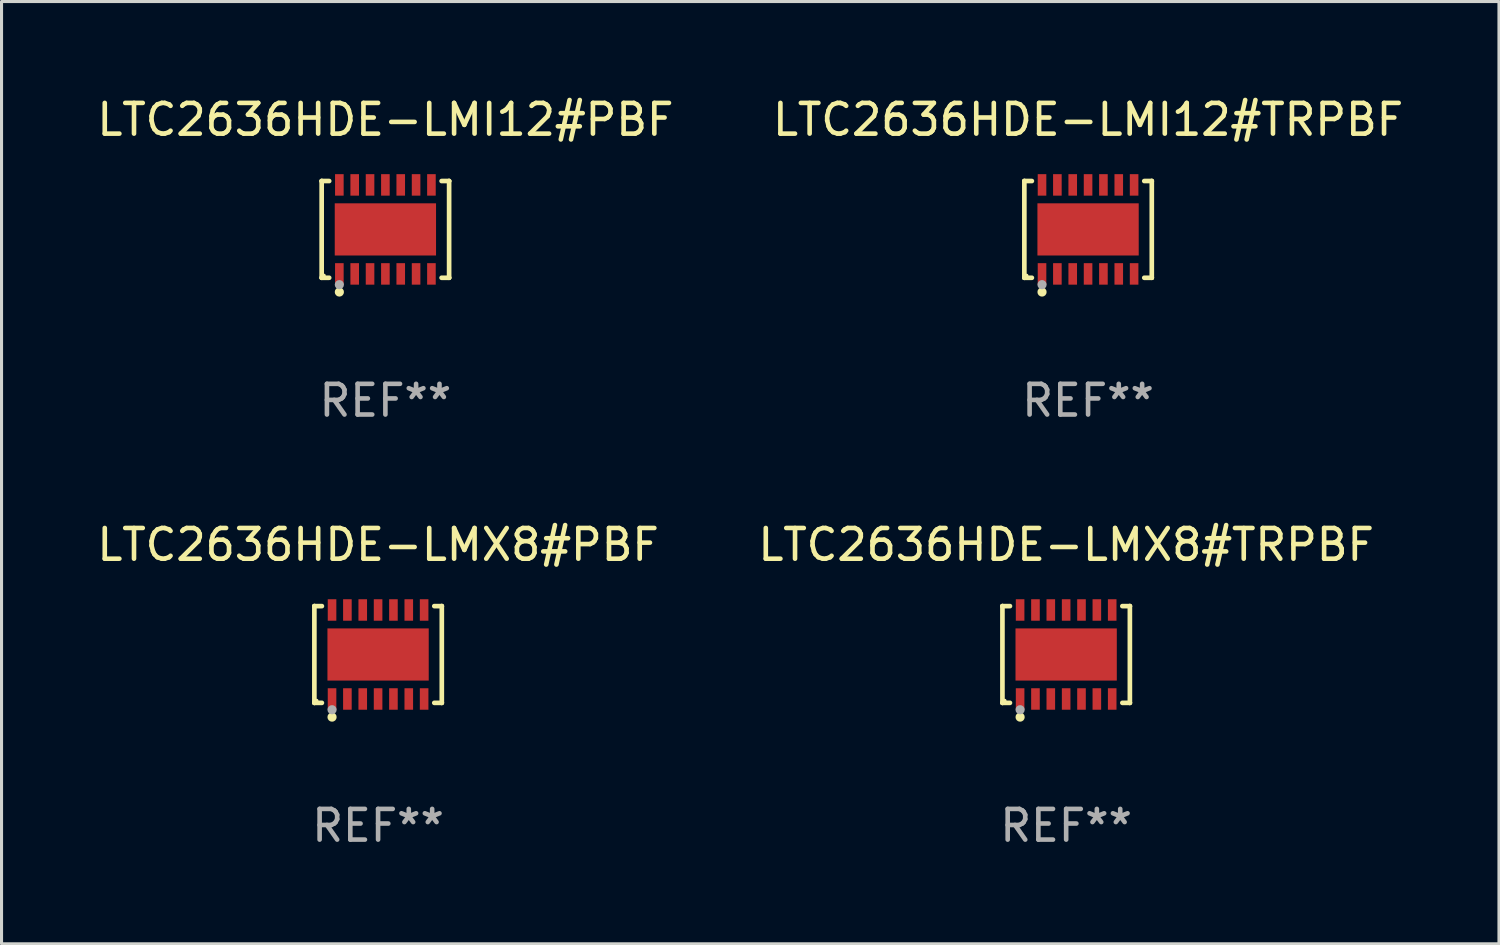
<source format=kicad_pcb>
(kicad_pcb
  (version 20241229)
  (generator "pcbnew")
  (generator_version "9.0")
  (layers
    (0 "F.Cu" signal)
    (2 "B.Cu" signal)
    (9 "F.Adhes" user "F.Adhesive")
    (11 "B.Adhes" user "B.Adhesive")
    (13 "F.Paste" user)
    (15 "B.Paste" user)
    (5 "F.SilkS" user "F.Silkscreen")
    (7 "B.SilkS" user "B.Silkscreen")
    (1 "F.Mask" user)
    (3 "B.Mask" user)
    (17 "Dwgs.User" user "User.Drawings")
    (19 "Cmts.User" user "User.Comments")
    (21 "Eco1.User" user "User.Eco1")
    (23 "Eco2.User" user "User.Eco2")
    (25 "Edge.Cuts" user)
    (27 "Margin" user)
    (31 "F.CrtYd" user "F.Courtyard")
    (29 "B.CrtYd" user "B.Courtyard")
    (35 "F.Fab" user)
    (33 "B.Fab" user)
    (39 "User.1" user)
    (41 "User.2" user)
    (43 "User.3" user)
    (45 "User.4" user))
  (footprint "LTC2636HDE-LMX8#PBF"
    (layer "F.Cu")
    (at 9.268 18.273)
    (property "Reference" "LTC2636HDE-LMX8#PBF" (at 0 -3.576 0) (layer "F.SilkS") (effects (font (size 1 1) (thickness 0.15))))
    (attr through_hole)
    (fp_line (start -2.076 -1.576) (end -2.076 -1.576) (stroke (width 0.152) (type solid)) (layer "F.SilkS"))
    (fp_line (start -2.076 -1.576) (end -1.831 -1.576) (stroke (width 0.152) (type solid)) (layer "F.SilkS"))
    (fp_line (start -2.076 1.576) (end -2.076 -1.576) (stroke (width 0.152) (type solid)) (layer "F.SilkS"))
    (fp_line (start -2.076 1.576) (end -2.076 1.576) (stroke (width 0.152) (type solid)) (layer "F.SilkS"))
    (fp_line (start -1.831 1.576) (end -2.076 1.576) (stroke (width 0.152) (type solid)) (layer "F.SilkS"))
    (fp_line (start 1.831 1.576) (end 2.076 1.576) (stroke (width 0.152) (type solid)) (layer "F.SilkS"))
    (fp_line (start 2.076 -1.576) (end 1.831 -1.576) (stroke (width 0.152) (type solid)) (layer "F.SilkS"))
    (fp_line (start 2.076 -1.576) (end 2.076 -1.576) (stroke (width 0.152) (type solid)) (layer "F.SilkS"))
    (fp_line (start 2.076 1.576) (end 2.076 -1.576) (stroke (width 0.152) (type solid)) (layer "F.SilkS"))
    (fp_line (start 2.076 1.576) (end 2.076 1.576) (stroke (width 0.152) (type solid)) (layer "F.SilkS"))
    (fp_circle (center -2 1.5) (end -1.97 1.5) (stroke (width 0.06) (type solid)) (fill no) (layer "F.SilkS"))
    (fp_circle (center -1.5 2.04) (end -1.425 2.04) (stroke (width 0.15) (type solid)) (fill no) (layer "F.SilkS"))
    (fp_circle (center -1.5 1.8) (end -1.425 1.8) (stroke (width 0.15) (type solid)) (fill no) (layer "F.Fab"))
    (fp_text user "REF**" (at 0 5.576 0) (layer "F.Fab") (effects (font (size 1 1) (thickness 0.15))))
    (pad "1" smd rect (at -1.5 1.45) (size 0.28 0.7) (layers "F.Cu" "F.Mask" "F.Paste"))
    (pad "2" smd rect (at -1 1.45) (size 0.28 0.7) (layers "F.Cu" "F.Mask" "F.Paste"))
    (pad "3" smd rect (at -0.5 1.45) (size 0.28 0.7) (layers "F.Cu" "F.Mask" "F.Paste"))
    (pad "4" smd rect (at 0 1.45) (size 0.28 0.7) (layers "F.Cu" "F.Mask" "F.Paste"))
    (pad "5" smd rect (at 0.5 1.45) (size 0.28 0.7) (layers "F.Cu" "F.Mask" "F.Paste"))
    (pad "6" smd rect (at 1 1.45) (size 0.28 0.7) (layers "F.Cu" "F.Mask" "F.Paste"))
    (pad "7" smd rect (at 1.5 1.45) (size 0.28 0.7) (layers "F.Cu" "F.Mask" "F.Paste"))
    (pad "8" smd rect (at 1.5 -1.45) (size 0.28 0.7) (layers "F.Cu" "F.Mask" "F.Paste"))
    (pad "9" smd rect (at 1 -1.45) (size 0.28 0.7) (layers "F.Cu" "F.Mask" "F.Paste"))
    (pad "10" smd rect (at 0.5 -1.45) (size 0.28 0.7) (layers "F.Cu" "F.Mask" "F.Paste"))
    (pad "11" smd rect (at 0 -1.45) (size 0.28 0.7) (layers "F.Cu" "F.Mask" "F.Paste"))
    (pad "12" smd rect (at -0.5 -1.45) (size 0.28 0.7) (layers "F.Cu" "F.Mask" "F.Paste"))
    (pad "13" smd rect (at -1 -1.45) (size 0.28 0.7) (layers "F.Cu" "F.Mask" "F.Paste"))
    (pad "14" smd rect (at -1.5 -1.45) (size 0.28 0.7) (layers "F.Cu" "F.Mask" "F.Paste"))
    (pad "15" smd rect (at 0 0) (size 3.3 1.7) (layers "F.Cu" "F.Mask" "F.Paste")))
  (footprint "LTC2636HDE-LMX8#TRPBF"
    (layer "F.Cu")
    (at 31.685 18.273)
    (property "Reference" "LTC2636HDE-LMX8#TRPBF" (at 0 -3.576 0) (layer "F.SilkS") (effects (font (size 1 1) (thickness 0.15))))
    (attr through_hole)
    (fp_line (start -2.076 -1.576) (end -2.076 -1.576) (stroke (width 0.152) (type solid)) (layer "F.SilkS"))
    (fp_line (start -2.076 -1.576) (end -1.831 -1.576) (stroke (width 0.152) (type solid)) (layer "F.SilkS"))
    (fp_line (start -2.076 1.576) (end -2.076 -1.576) (stroke (width 0.152) (type solid)) (layer "F.SilkS"))
    (fp_line (start -2.076 1.576) (end -2.076 1.576) (stroke (width 0.152) (type solid)) (layer "F.SilkS"))
    (fp_line (start -1.831 1.576) (end -2.076 1.576) (stroke (width 0.152) (type solid)) (layer "F.SilkS"))
    (fp_line (start 1.831 1.576) (end 2.076 1.576) (stroke (width 0.152) (type solid)) (layer "F.SilkS"))
    (fp_line (start 2.076 -1.576) (end 1.831 -1.576) (stroke (width 0.152) (type solid)) (layer "F.SilkS"))
    (fp_line (start 2.076 -1.576) (end 2.076 -1.576) (stroke (width 0.152) (type solid)) (layer "F.SilkS"))
    (fp_line (start 2.076 1.576) (end 2.076 -1.576) (stroke (width 0.152) (type solid)) (layer "F.SilkS"))
    (fp_line (start 2.076 1.576) (end 2.076 1.576) (stroke (width 0.152) (type solid)) (layer "F.SilkS"))
    (fp_circle (center -2 1.5) (end -1.97 1.5) (stroke (width 0.06) (type solid)) (fill no) (layer "F.SilkS"))
    (fp_circle (center -1.5 2.04) (end -1.425 2.04) (stroke (width 0.15) (type solid)) (fill no) (layer "F.SilkS"))
    (fp_circle (center -1.5 1.8) (end -1.425 1.8) (stroke (width 0.15) (type solid)) (fill no) (layer "F.Fab"))
    (fp_text user "REF**" (at 0 5.576 0) (layer "F.Fab") (effects (font (size 1 1) (thickness 0.15))))
    (pad "1" smd rect (at -1.5 1.45) (size 0.28 0.7) (layers "F.Cu" "F.Mask" "F.Paste"))
    (pad "2" smd rect (at -1 1.45) (size 0.28 0.7) (layers "F.Cu" "F.Mask" "F.Paste"))
    (pad "3" smd rect (at -0.5 1.45) (size 0.28 0.7) (layers "F.Cu" "F.Mask" "F.Paste"))
    (pad "4" smd rect (at 0 1.45) (size 0.28 0.7) (layers "F.Cu" "F.Mask" "F.Paste"))
    (pad "5" smd rect (at 0.5 1.45) (size 0.28 0.7) (layers "F.Cu" "F.Mask" "F.Paste"))
    (pad "6" smd rect (at 1 1.45) (size 0.28 0.7) (layers "F.Cu" "F.Mask" "F.Paste"))
    (pad "7" smd rect (at 1.5 1.45) (size 0.28 0.7) (layers "F.Cu" "F.Mask" "F.Paste"))
    (pad "8" smd rect (at 1.5 -1.45) (size 0.28 0.7) (layers "F.Cu" "F.Mask" "F.Paste"))
    (pad "9" smd rect (at 1 -1.45) (size 0.28 0.7) (layers "F.Cu" "F.Mask" "F.Paste"))
    (pad "10" smd rect (at 0.5 -1.45) (size 0.28 0.7) (layers "F.Cu" "F.Mask" "F.Paste"))
    (pad "11" smd rect (at 0 -1.45) (size 0.28 0.7) (layers "F.Cu" "F.Mask" "F.Paste"))
    (pad "12" smd rect (at -0.5 -1.45) (size 0.28 0.7) (layers "F.Cu" "F.Mask" "F.Paste"))
    (pad "13" smd rect (at -1 -1.45) (size 0.28 0.7) (layers "F.Cu" "F.Mask" "F.Paste"))
    (pad "14" smd rect (at -1.5 -1.45) (size 0.28 0.7) (layers "F.Cu" "F.Mask" "F.Paste"))
    (pad "15" smd rect (at 0 0) (size 3.3 1.7) (layers "F.Cu" "F.Mask" "F.Paste")))
  (footprint "LTC2636HDE-LMI12#PBF"
    (layer "F.Cu")
    (at 9.506 4.424)
    (property "Reference" "LTC2636HDE-LMI12#PBF" (at 0 -3.576 0) (layer "F.SilkS") (effects (font (size 1 1) (thickness 0.15))))
    (attr through_hole)
    (fp_line (start -2.076 -1.576) (end -2.076 -1.576) (stroke (width 0.152) (type solid)) (layer "F.SilkS"))
    (fp_line (start -2.076 -1.576) (end -1.831 -1.576) (stroke (width 0.152) (type solid)) (layer "F.SilkS"))
    (fp_line (start -2.076 1.576) (end -2.076 -1.576) (stroke (width 0.152) (type solid)) (layer "F.SilkS"))
    (fp_line (start -2.076 1.576) (end -2.076 1.576) (stroke (width 0.152) (type solid)) (layer "F.SilkS"))
    (fp_line (start -1.831 1.576) (end -2.076 1.576) (stroke (width 0.152) (type solid)) (layer "F.SilkS"))
    (fp_line (start 1.831 1.576) (end 2.076 1.576) (stroke (width 0.152) (type solid)) (layer "F.SilkS"))
    (fp_line (start 2.076 -1.576) (end 1.831 -1.576) (stroke (width 0.152) (type solid)) (layer "F.SilkS"))
    (fp_line (start 2.076 -1.576) (end 2.076 -1.576) (stroke (width 0.152) (type solid)) (layer "F.SilkS"))
    (fp_line (start 2.076 1.576) (end 2.076 -1.576) (stroke (width 0.152) (type solid)) (layer "F.SilkS"))
    (fp_line (start 2.076 1.576) (end 2.076 1.576) (stroke (width 0.152) (type solid)) (layer "F.SilkS"))
    (fp_circle (center -2 1.5) (end -1.97 1.5) (stroke (width 0.06) (type solid)) (fill no) (layer "F.SilkS"))
    (fp_circle (center -1.5 2.04) (end -1.425 2.04) (stroke (width 0.15) (type solid)) (fill no) (layer "F.SilkS"))
    (fp_circle (center -1.5 1.8) (end -1.425 1.8) (stroke (width 0.15) (type solid)) (fill no) (layer "F.Fab"))
    (fp_text user "REF**" (at 0 5.576 0) (layer "F.Fab") (effects (font (size 1 1) (thickness 0.15))))
    (pad "1" smd rect (at -1.5 1.45) (size 0.28 0.7) (layers "F.Cu" "F.Mask" "F.Paste"))
    (pad "2" smd rect (at -1 1.45) (size 0.28 0.7) (layers "F.Cu" "F.Mask" "F.Paste"))
    (pad "3" smd rect (at -0.5 1.45) (size 0.28 0.7) (layers "F.Cu" "F.Mask" "F.Paste"))
    (pad "4" smd rect (at 0 1.45) (size 0.28 0.7) (layers "F.Cu" "F.Mask" "F.Paste"))
    (pad "5" smd rect (at 0.5 1.45) (size 0.28 0.7) (layers "F.Cu" "F.Mask" "F.Paste"))
    (pad "6" smd rect (at 1 1.45) (size 0.28 0.7) (layers "F.Cu" "F.Mask" "F.Paste"))
    (pad "7" smd rect (at 1.5 1.45) (size 0.28 0.7) (layers "F.Cu" "F.Mask" "F.Paste"))
    (pad "8" smd rect (at 1.5 -1.45) (size 0.28 0.7) (layers "F.Cu" "F.Mask" "F.Paste"))
    (pad "9" smd rect (at 1 -1.45) (size 0.28 0.7) (layers "F.Cu" "F.Mask" "F.Paste"))
    (pad "10" smd rect (at 0.5 -1.45) (size 0.28 0.7) (layers "F.Cu" "F.Mask" "F.Paste"))
    (pad "11" smd rect (at 0 -1.45) (size 0.28 0.7) (layers "F.Cu" "F.Mask" "F.Paste"))
    (pad "12" smd rect (at -0.5 -1.45) (size 0.28 0.7) (layers "F.Cu" "F.Mask" "F.Paste"))
    (pad "13" smd rect (at -1 -1.45) (size 0.28 0.7) (layers "F.Cu" "F.Mask" "F.Paste"))
    (pad "14" smd rect (at -1.5 -1.45) (size 0.28 0.7) (layers "F.Cu" "F.Mask" "F.Paste"))
    (pad "15" smd rect (at 0 0) (size 3.3 1.7) (layers "F.Cu" "F.Mask" "F.Paste")))
  (footprint "LTC2636HDE-LMI12#TRPBF"
    (layer "F.Cu")
    (at 32.399 4.424)
    (property "Reference" "LTC2636HDE-LMI12#TRPBF" (at 0 -3.576 0) (layer "F.SilkS") (effects (font (size 1 1) (thickness 0.15))))
    (attr through_hole)
    (fp_line (start -2.076 -1.576) (end -2.076 -1.576) (stroke (width 0.152) (type solid)) (layer "F.SilkS"))
    (fp_line (start -2.076 -1.576) (end -1.831 -1.576) (stroke (width 0.152) (type solid)) (layer "F.SilkS"))
    (fp_line (start -2.076 1.576) (end -2.076 -1.576) (stroke (width 0.152) (type solid)) (layer "F.SilkS"))
    (fp_line (start -2.076 1.576) (end -2.076 1.576) (stroke (width 0.152) (type solid)) (layer "F.SilkS"))
    (fp_line (start -1.831 1.576) (end -2.076 1.576) (stroke (width 0.152) (type solid)) (layer "F.SilkS"))
    (fp_line (start 1.831 1.576) (end 2.076 1.576) (stroke (width 0.152) (type solid)) (layer "F.SilkS"))
    (fp_line (start 2.076 -1.576) (end 1.831 -1.576) (stroke (width 0.152) (type solid)) (layer "F.SilkS"))
    (fp_line (start 2.076 -1.576) (end 2.076 -1.576) (stroke (width 0.152) (type solid)) (layer "F.SilkS"))
    (fp_line (start 2.076 1.576) (end 2.076 -1.576) (stroke (width 0.152) (type solid)) (layer "F.SilkS"))
    (fp_line (start 2.076 1.576) (end 2.076 1.576) (stroke (width 0.152) (type solid)) (layer "F.SilkS"))
    (fp_circle (center -2 1.5) (end -1.97 1.5) (stroke (width 0.06) (type solid)) (fill no) (layer "F.SilkS"))
    (fp_circle (center -1.5 2.04) (end -1.425 2.04) (stroke (width 0.15) (type solid)) (fill no) (layer "F.SilkS"))
    (fp_circle (center -1.5 1.8) (end -1.425 1.8) (stroke (width 0.15) (type solid)) (fill no) (layer "F.Fab"))
    (fp_text user "REF**" (at 0 5.576 0) (layer "F.Fab") (effects (font (size 1 1) (thickness 0.15))))
    (pad "1" smd rect (at -1.5 1.45) (size 0.28 0.7) (layers "F.Cu" "F.Mask" "F.Paste"))
    (pad "2" smd rect (at -1 1.45) (size 0.28 0.7) (layers "F.Cu" "F.Mask" "F.Paste"))
    (pad "3" smd rect (at -0.5 1.45) (size 0.28 0.7) (layers "F.Cu" "F.Mask" "F.Paste"))
    (pad "4" smd rect (at 0 1.45) (size 0.28 0.7) (layers "F.Cu" "F.Mask" "F.Paste"))
    (pad "5" smd rect (at 0.5 1.45) (size 0.28 0.7) (layers "F.Cu" "F.Mask" "F.Paste"))
    (pad "6" smd rect (at 1 1.45) (size 0.28 0.7) (layers "F.Cu" "F.Mask" "F.Paste"))
    (pad "7" smd rect (at 1.5 1.45) (size 0.28 0.7) (layers "F.Cu" "F.Mask" "F.Paste"))
    (pad "8" smd rect (at 1.5 -1.45) (size 0.28 0.7) (layers "F.Cu" "F.Mask" "F.Paste"))
    (pad "9" smd rect (at 1 -1.45) (size 0.28 0.7) (layers "F.Cu" "F.Mask" "F.Paste"))
    (pad "10" smd rect (at 0.5 -1.45) (size 0.28 0.7) (layers "F.Cu" "F.Mask" "F.Paste"))
    (pad "11" smd rect (at 0 -1.45) (size 0.28 0.7) (layers "F.Cu" "F.Mask" "F.Paste"))
    (pad "12" smd rect (at -0.5 -1.45) (size 0.28 0.7) (layers "F.Cu" "F.Mask" "F.Paste"))
    (pad "13" smd rect (at -1 -1.45) (size 0.28 0.7) (layers "F.Cu" "F.Mask" "F.Paste"))
    (pad "14" smd rect (at -1.5 -1.45) (size 0.28 0.7) (layers "F.Cu" "F.Mask" "F.Paste"))
    (pad "15" smd rect (at 0 0) (size 3.3 1.7) (layers "F.Cu" "F.Mask" "F.Paste")))
  (gr_rect
    (start -3 -3)
    (end 45.786 27.698)
    (stroke (width 0.1) (type default))
    (fill no)
    (layer "Edge.Cuts")))
</source>
